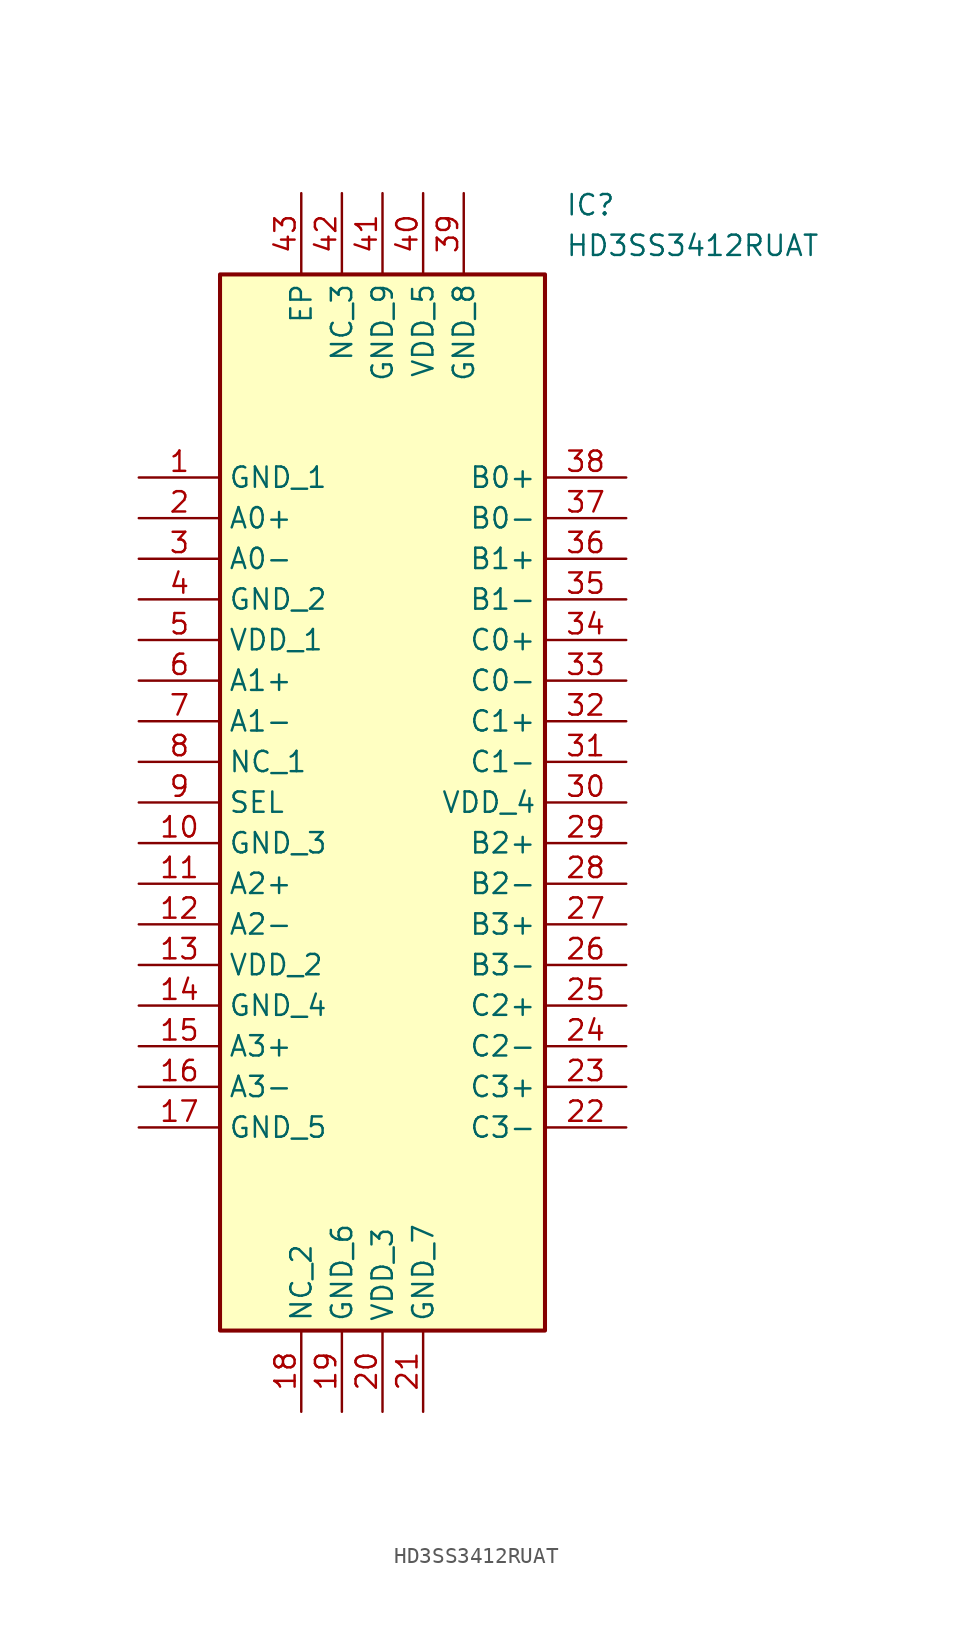
<source format=kicad_sym>
(kicad_symbol_lib
  (version 20211014)
  (generator SamacSys_ECAD_Model)
  (symbol "HD3SS3412RUAT"
    (property "Reference" "IC"
      (at 26.67 17.78 0)
      (effects (font (size 1.27 1.27)) (justify left top)))
    (property "Value" "HD3SS3412RUAT"
      (at 26.67 15.24 0)
      (effects (font (size 1.27 1.27)) (justify left top)))
    (rectangle
      (start 5.08 12.7)
      (end 25.4 -53.34)
      (stroke (width 0.254) (type default))
      (fill (type background)))
    (pin passive line
      (at 0 0 0)
      (length 5.08)
      (name "GND_1" (effects (font (size 1.27 1.27))))
      (number "1" (effects (font (size 1.27 1.27)))))
    (pin passive line
      (at 0 -2.54 0)
      (length 5.08)
      (name "A0+" (effects (font (size 1.27 1.27))))
      (number "2" (effects (font (size 1.27 1.27)))))
    (pin passive line
      (at 0 -5.08 0)
      (length 5.08)
      (name "A0-" (effects (font (size 1.27 1.27))))
      (number "3" (effects (font (size 1.27 1.27)))))
    (pin passive line
      (at 0 -7.62 0)
      (length 5.08)
      (name "GND_2" (effects (font (size 1.27 1.27))))
      (number "4" (effects (font (size 1.27 1.27)))))
    (pin passive line
      (at 0 -10.16 0)
      (length 5.08)
      (name "VDD_1" (effects (font (size 1.27 1.27))))
      (number "5" (effects (font (size 1.27 1.27)))))
    (pin passive line
      (at 0 -12.7 0)
      (length 5.08)
      (name "A1+" (effects (font (size 1.27 1.27))))
      (number "6" (effects (font (size 1.27 1.27)))))
    (pin passive line
      (at 0 -15.24 0)
      (length 5.08)
      (name "A1-" (effects (font (size 1.27 1.27))))
      (number "7" (effects (font (size 1.27 1.27)))))
    (pin passive line
      (at 0 -17.78 0)
      (length 5.08)
      (name "NC_1" (effects (font (size 1.27 1.27))))
      (number "8" (effects (font (size 1.27 1.27)))))
    (pin passive line
      (at 0 -20.32 0)
      (length 5.08)
      (name "SEL" (effects (font (size 1.27 1.27))))
      (number "9" (effects (font (size 1.27 1.27)))))
    (pin passive line
      (at 0 -22.86 0)
      (length 5.08)
      (name "GND_3" (effects (font (size 1.27 1.27))))
      (number "10" (effects (font (size 1.27 1.27)))))
    (pin passive line
      (at 0 -25.4 0)
      (length 5.08)
      (name "A2+" (effects (font (size 1.27 1.27))))
      (number "11" (effects (font (size 1.27 1.27)))))
    (pin passive line
      (at 0 -27.94 0)
      (length 5.08)
      (name "A2-" (effects (font (size 1.27 1.27))))
      (number "12" (effects (font (size 1.27 1.27)))))
    (pin passive line
      (at 0 -30.48 0)
      (length 5.08)
      (name "VDD_2" (effects (font (size 1.27 1.27))))
      (number "13" (effects (font (size 1.27 1.27)))))
    (pin passive line
      (at 0 -33.02 0)
      (length 5.08)
      (name "GND_4" (effects (font (size 1.27 1.27))))
      (number "14" (effects (font (size 1.27 1.27)))))
    (pin passive line
      (at 0 -35.56 0)
      (length 5.08)
      (name "A3+" (effects (font (size 1.27 1.27))))
      (number "15" (effects (font (size 1.27 1.27)))))
    (pin passive line
      (at 0 -38.1 0)
      (length 5.08)
      (name "A3-" (effects (font (size 1.27 1.27))))
      (number "16" (effects (font (size 1.27 1.27)))))
    (pin passive line
      (at 0 -40.64 0)
      (length 5.08)
      (name "GND_5" (effects (font (size 1.27 1.27))))
      (number "17" (effects (font (size 1.27 1.27)))))
    (pin passive line
      (at 10.16 -58.42 90)
      (length 5.08)
      (name "NC_2" (effects (font (size 1.27 1.27))))
      (number "18" (effects (font (size 1.27 1.27)))))
    (pin passive line
      (at 12.7 -58.42 90)
      (length 5.08)
      (name "GND_6" (effects (font (size 1.27 1.27))))
      (number "19" (effects (font (size 1.27 1.27)))))
    (pin passive line
      (at 15.24 -58.42 90)
      (length 5.08)
      (name "VDD_3" (effects (font (size 1.27 1.27))))
      (number "20" (effects (font (size 1.27 1.27)))))
    (pin passive line
      (at 17.78 -58.42 90)
      (length 5.08)
      (name "GND_7" (effects (font (size 1.27 1.27))))
      (number "21" (effects (font (size 1.27 1.27)))))
    (pin passive line
      (at 30.48 0 180)
      (length 5.08)
      (name "B0+" (effects (font (size 1.27 1.27))))
      (number "38" (effects (font (size 1.27 1.27)))))
    (pin passive line
      (at 30.48 -2.54 180)
      (length 5.08)
      (name "B0-" (effects (font (size 1.27 1.27))))
      (number "37" (effects (font (size 1.27 1.27)))))
    (pin passive line
      (at 30.48 -5.08 180)
      (length 5.08)
      (name "B1+" (effects (font (size 1.27 1.27))))
      (number "36" (effects (font (size 1.27 1.27)))))
    (pin passive line
      (at 30.48 -7.62 180)
      (length 5.08)
      (name "B1-" (effects (font (size 1.27 1.27))))
      (number "35" (effects (font (size 1.27 1.27)))))
    (pin passive line
      (at 30.48 -10.16 180)
      (length 5.08)
      (name "C0+" (effects (font (size 1.27 1.27))))
      (number "34" (effects (font (size 1.27 1.27)))))
    (pin passive line
      (at 30.48 -12.7 180)
      (length 5.08)
      (name "C0-" (effects (font (size 1.27 1.27))))
      (number "33" (effects (font (size 1.27 1.27)))))
    (pin passive line
      (at 30.48 -15.24 180)
      (length 5.08)
      (name "C1+" (effects (font (size 1.27 1.27))))
      (number "32" (effects (font (size 1.27 1.27)))))
    (pin passive line
      (at 30.48 -17.78 180)
      (length 5.08)
      (name "C1-" (effects (font (size 1.27 1.27))))
      (number "31" (effects (font (size 1.27 1.27)))))
    (pin passive line
      (at 30.48 -20.32 180)
      (length 5.08)
      (name "VDD_4" (effects (font (size 1.27 1.27))))
      (number "30" (effects (font (size 1.27 1.27)))))
    (pin passive line
      (at 30.48 -22.86 180)
      (length 5.08)
      (name "B2+" (effects (font (size 1.27 1.27))))
      (number "29" (effects (font (size 1.27 1.27)))))
    (pin passive line
      (at 30.48 -25.4 180)
      (length 5.08)
      (name "B2-" (effects (font (size 1.27 1.27))))
      (number "28" (effects (font (size 1.27 1.27)))))
    (pin passive line
      (at 30.48 -27.94 180)
      (length 5.08)
      (name "B3+" (effects (font (size 1.27 1.27))))
      (number "27" (effects (font (size 1.27 1.27)))))
    (pin passive line
      (at 30.48 -30.48 180)
      (length 5.08)
      (name "B3-" (effects (font (size 1.27 1.27))))
      (number "26" (effects (font (size 1.27 1.27)))))
    (pin passive line
      (at 30.48 -33.02 180)
      (length 5.08)
      (name "C2+" (effects (font (size 1.27 1.27))))
      (number "25" (effects (font (size 1.27 1.27)))))
    (pin passive line
      (at 30.48 -35.56 180)
      (length 5.08)
      (name "C2-" (effects (font (size 1.27 1.27))))
      (number "24" (effects (font (size 1.27 1.27)))))
    (pin passive line
      (at 30.48 -38.1 180)
      (length 5.08)
      (name "C3+" (effects (font (size 1.27 1.27))))
      (number "23" (effects (font (size 1.27 1.27)))))
    (pin passive line
      (at 30.48 -40.64 180)
      (length 5.08)
      (name "C3-" (effects (font (size 1.27 1.27))))
      (number "22" (effects (font (size 1.27 1.27)))))
    (pin passive line
      (at 10.16 17.78 270)
      (length 5.08)
      (name "EP" (effects (font (size 1.27 1.27))))
      (number "43" (effects (font (size 1.27 1.27)))))
    (pin passive line
      (at 12.7 17.78 270)
      (length 5.08)
      (name "NC_3" (effects (font (size 1.27 1.27))))
      (number "42" (effects (font (size 1.27 1.27)))))
    (pin passive line
      (at 15.24 17.78 270)
      (length 5.08)
      (name "GND_9" (effects (font (size 1.27 1.27))))
      (number "41" (effects (font (size 1.27 1.27)))))
    (pin passive line
      (at 17.78 17.78 270)
      (length 5.08)
      (name "VDD_5" (effects (font (size 1.27 1.27))))
      (number "40" (effects (font (size 1.27 1.27)))))
    (pin passive line
      (at 20.32 17.78 270)
      (length 5.08)
      (name "GND_8" (effects (font (size 1.27 1.27))))
      (number "39" (effects (font (size 1.27 1.27)))))))
</source>
